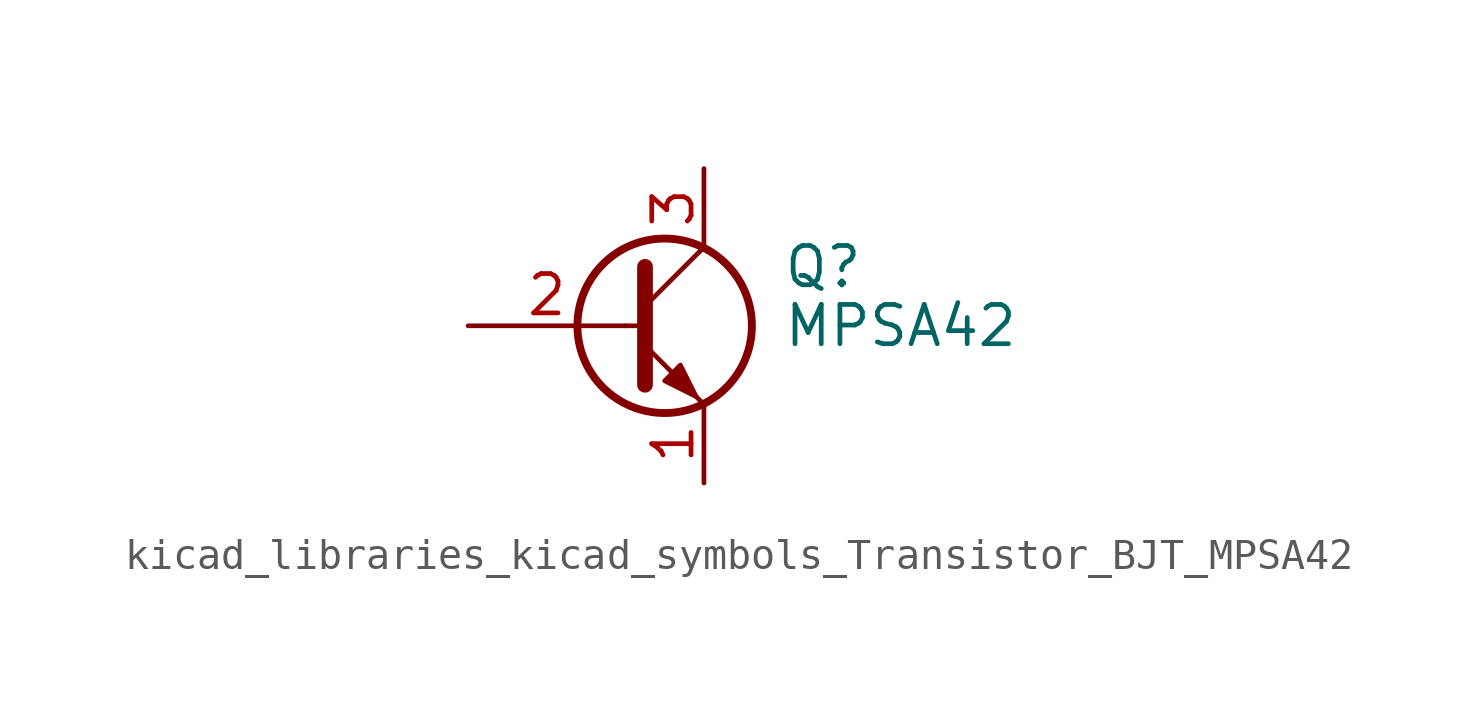
<source format=kicad_sym>
(kicad_symbol_lib
  (version 20220914)
  (generator kicad_symbol_editor)
  (symbol "kicad_libraries_kicad_symbols_Transistor_BJT_MPSA42"
    (pin_names
      (offset 1.016) hide)
    (property "Reference" "Q"
      (at 5.08 1.905 0)
      (effects (font (size 1.27 1.27)) (justify left)))
    (property "Value" "MPSA42"
      (at 5.08 0 0)
      (effects (font (size 1.27 1.27)) (justify left)))
    (symbol "kicad_libraries_kicad_symbols_Transistor_BJT_MPSA42_0_1"
      (polyline (pts (xy 0 0) (xy 0.635 0)) (stroke (width 0) (type default)) (fill (type none)))
      (polyline (pts (xy 0.635 0.635) (xy 2.54 2.54)) (stroke (width 0) (type default)) (fill (type none)))
      (polyline (pts (xy 0.635 -0.635) (xy 2.54 -2.54) (xy 2.54 -2.54)) (stroke (width 0) (type default)) (fill (type none)))
      (polyline (pts (xy 0.635 1.905) (xy 0.635 -1.905) (xy 0.635 -1.905)) (stroke (width 0.508) (type default)) (fill (type none)))
      (polyline (pts (xy 1.27 -1.778) (xy 1.778 -1.27) (xy 2.286 -2.286) (xy 1.27 -1.778) (xy 1.27 -1.778)) (stroke (width 0) (type default)) (fill (type outline)))
      (circle (center 1.27 0) (radius 2.819) (stroke (width 0.254) (type default)) (fill (type none))))
    (symbol "kicad_libraries_kicad_symbols_Transistor_BJT_MPSA42_1_1"
      (pin passive line (at 2.54 -5.08 90) (length 2.54) (name "E" (effects (font (size 1.27 1.27)))) (number "1" (effects (font (size 1.27 1.27)))))
      (pin input line (at -5.08 0 0) (length 5.08) (name "B" (effects (font (size 1.27 1.27)))) (number "2" (effects (font (size 1.27 1.27)))))
      (pin passive line (at 2.54 5.08 270) (length 2.54) (name "C" (effects (font (size 1.27 1.27)))) (number "3" (effects (font (size 1.27 1.27))))))))
</source>
